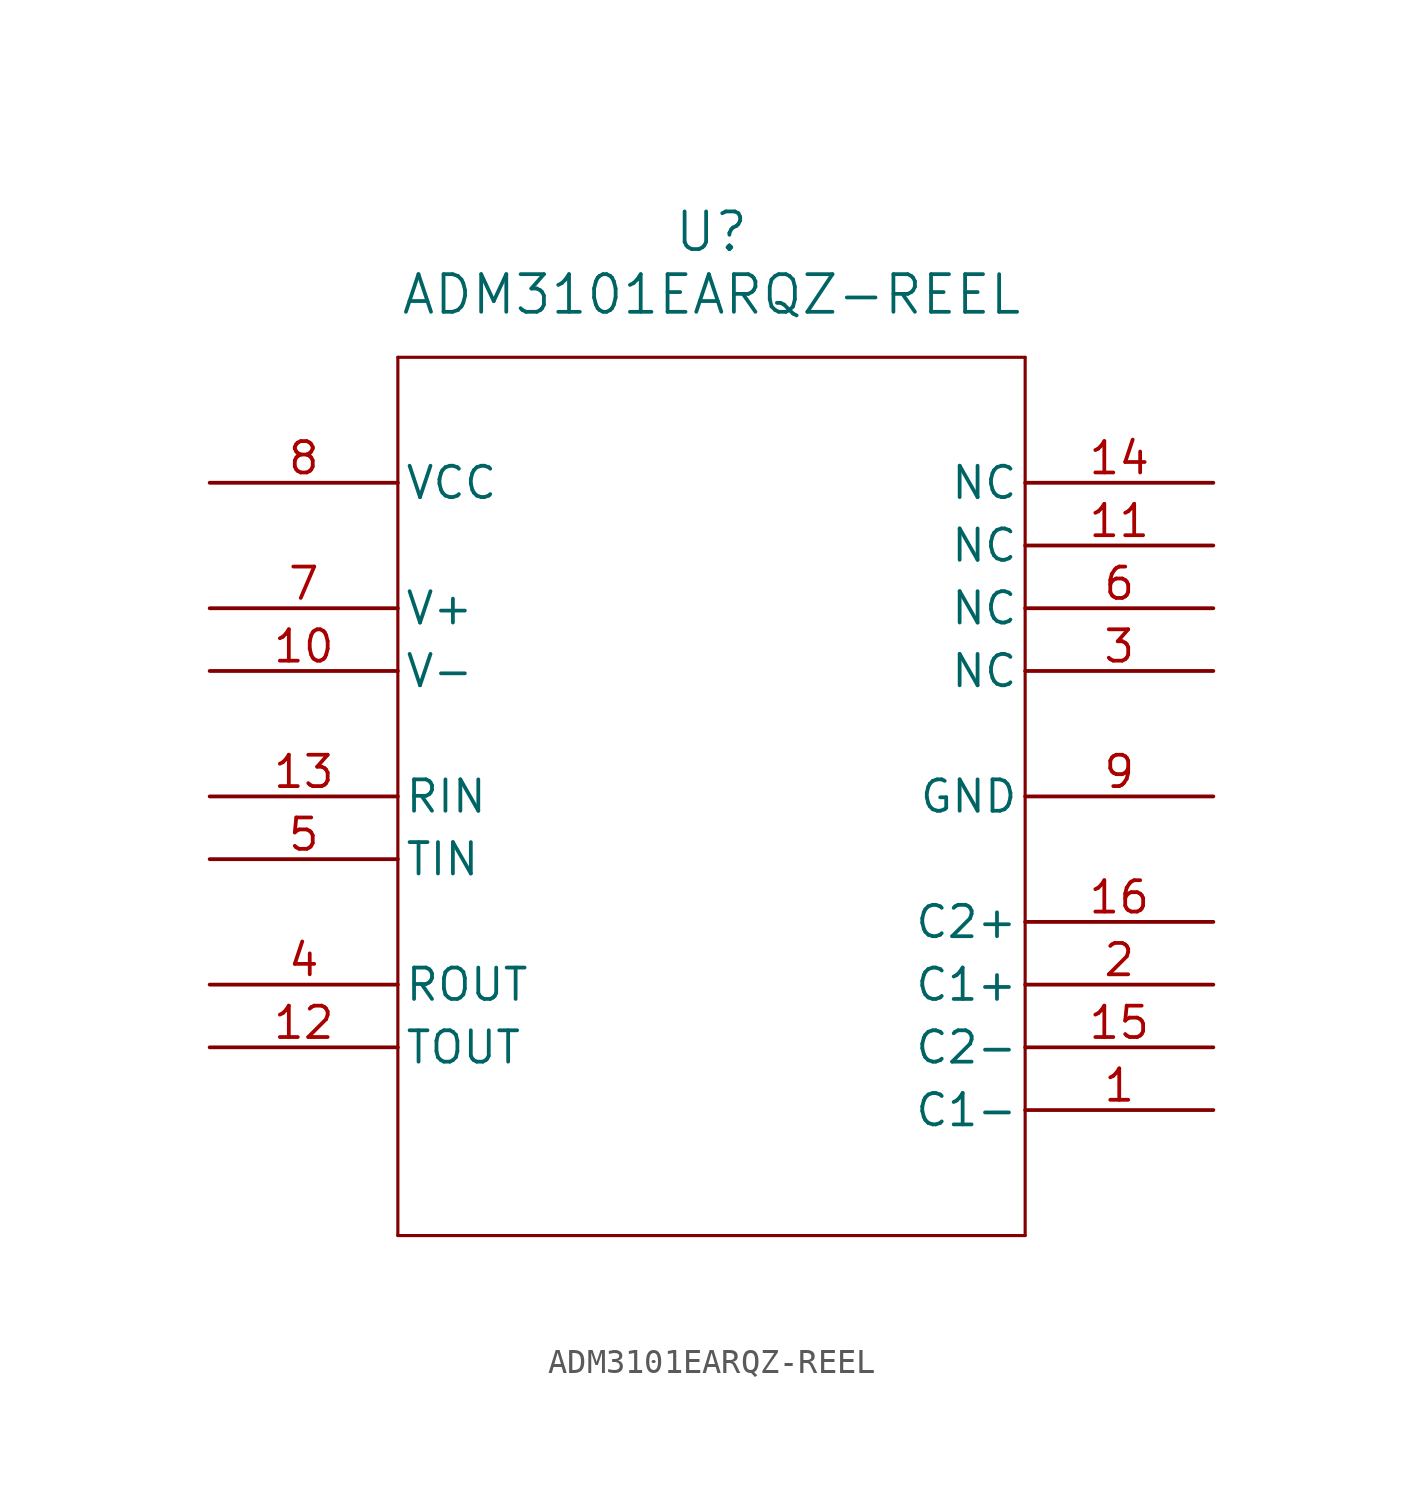
<source format=kicad_sym>
(kicad_symbol_lib
  (version 20241209)
  (generator "kicad_symbol_editor")
  (generator_version "9.0")
  (symbol "ADM3101EARQZ-REEL"
    (pin_names
      (offset 0.254))
    (property "Reference" "U"
      (at 20.32 10.16 0)
      (effects (font (size 1.524 1.524))))
    (property "Value" "ADM3101EARQZ-REEL"
      (at 20.32 7.62 0)
      (effects (font (size 1.524 1.524))))
    (symbol "ADM3101EARQZ-REEL_0_1"
      (polyline (pts (xy 7.62 5.08) (xy 7.62 -30.48)) (stroke (width 0.127) (type default)) (fill (type none)))
      (polyline (pts (xy 7.62 -30.48) (xy 33.02 -30.48)) (stroke (width 0.127) (type default)) (fill (type none)))
      (polyline (pts (xy 33.02 5.08) (xy 7.62 5.08)) (stroke (width 0.127) (type default)) (fill (type none)))
      (polyline (pts (xy 33.02 -30.48) (xy 33.02 5.08)) (stroke (width 0.127) (type default)) (fill (type none)))
      (pin unspecified line (at 0 0 0) (length 7.62) (name "VCC" (effects (font (size 1.27 1.27)))) (number "8" (effects (font (size 1.27 1.27)))))
      (pin unspecified line (at 0 -5.08 0) (length 7.62) (name "V+" (effects (font (size 1.27 1.27)))) (number "7" (effects (font (size 1.27 1.27)))))
      (pin unspecified line (at 0 -7.62 0) (length 7.62) (name "V-" (effects (font (size 1.27 1.27)))) (number "10" (effects (font (size 1.27 1.27)))))
      (pin unspecified line (at 0 -12.7 0) (length 7.62) (name "RIN" (effects (font (size 1.27 1.27)))) (number "13" (effects (font (size 1.27 1.27)))))
      (pin unspecified line (at 0 -15.24 0) (length 7.62) (name "TIN" (effects (font (size 1.27 1.27)))) (number "5" (effects (font (size 1.27 1.27)))))
      (pin unspecified line (at 0 -20.32 0) (length 7.62) (name "ROUT" (effects (font (size 1.27 1.27)))) (number "4" (effects (font (size 1.27 1.27)))))
      (pin unspecified line (at 0 -22.86 0) (length 7.62) (name "TOUT" (effects (font (size 1.27 1.27)))) (number "12" (effects (font (size 1.27 1.27)))))
      (pin unspecified line (at 40.64 0 180) (length 7.62) (name "NC" (effects (font (size 1.27 1.27)))) (number "14" (effects (font (size 1.27 1.27)))))
      (pin unspecified line (at 40.64 -2.54 180) (length 7.62) (name "NC" (effects (font (size 1.27 1.27)))) (number "11" (effects (font (size 1.27 1.27)))))
      (pin unspecified line (at 40.64 -5.08 180) (length 7.62) (name "NC" (effects (font (size 1.27 1.27)))) (number "6" (effects (font (size 1.27 1.27)))))
      (pin unspecified line (at 40.64 -7.62 180) (length 7.62) (name "NC" (effects (font (size 1.27 1.27)))) (number "3" (effects (font (size 1.27 1.27)))))
      (pin unspecified line (at 40.64 -12.7 180) (length 7.62) (name "GND" (effects (font (size 1.27 1.27)))) (number "9" (effects (font (size 1.27 1.27)))))
      (pin unspecified line (at 40.64 -17.78 180) (length 7.62) (name "C2+" (effects (font (size 1.27 1.27)))) (number "16" (effects (font (size 1.27 1.27)))))
      (pin unspecified line (at 40.64 -20.32 180) (length 7.62) (name "C1+" (effects (font (size 1.27 1.27)))) (number "2" (effects (font (size 1.27 1.27)))))
      (pin unspecified line (at 40.64 -22.86 180) (length 7.62) (name "C2-" (effects (font (size 1.27 1.27)))) (number "15" (effects (font (size 1.27 1.27)))))
      (pin unspecified line (at 40.64 -25.4 180) (length 7.62) (name "C1-" (effects (font (size 1.27 1.27)))) (number "1" (effects (font (size 1.27 1.27))))))))
</source>
